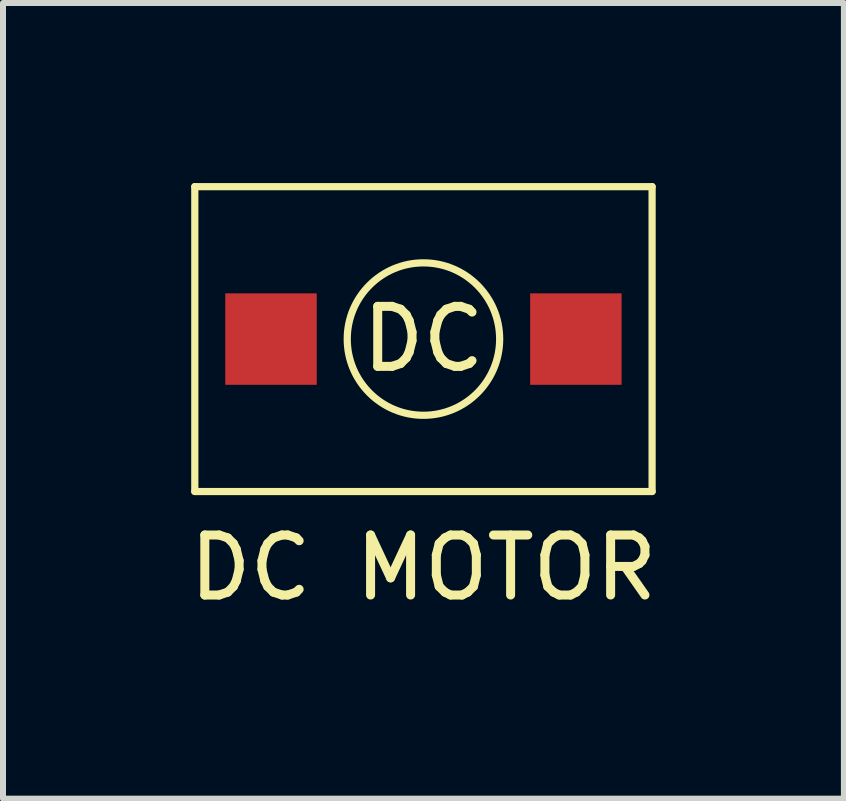
<source format=kicad_pcb>
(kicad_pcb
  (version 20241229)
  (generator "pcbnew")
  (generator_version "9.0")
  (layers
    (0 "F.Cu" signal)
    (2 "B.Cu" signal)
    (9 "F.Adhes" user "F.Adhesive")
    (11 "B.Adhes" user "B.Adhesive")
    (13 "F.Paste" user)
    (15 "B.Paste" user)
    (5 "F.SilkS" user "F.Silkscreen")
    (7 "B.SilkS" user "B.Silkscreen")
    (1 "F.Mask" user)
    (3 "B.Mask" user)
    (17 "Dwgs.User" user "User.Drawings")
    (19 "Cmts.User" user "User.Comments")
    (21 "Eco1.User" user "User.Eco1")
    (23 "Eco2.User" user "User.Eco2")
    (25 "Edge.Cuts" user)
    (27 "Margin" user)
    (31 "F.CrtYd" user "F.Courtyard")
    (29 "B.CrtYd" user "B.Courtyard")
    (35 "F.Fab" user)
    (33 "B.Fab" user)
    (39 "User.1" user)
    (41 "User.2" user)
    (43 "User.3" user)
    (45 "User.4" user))
  (footprint "DC MOTOR"
    (layer "F.Cu")
    (at 4.006 2.6)
    (property "Reference" "DC MOTOR" (at 0 3.81 0) (layer "F.SilkS") (effects (font (size 1 1) (thickness 0.15))))
    (attr through_hole)
    (fp_line (start -3.81 -2.54) (end 3.81 -2.54) (stroke (width 0.12) (type solid)) (layer "F.SilkS"))
    (fp_line (start -3.81 2.54) (end -3.81 -2.54) (stroke (width 0.12) (type solid)) (layer "F.SilkS"))
    (fp_line (start 3.81 -2.54) (end 3.81 2.54) (stroke (width 0.12) (type solid)) (layer "F.SilkS"))
    (fp_line (start 3.81 2.54) (end -3.81 2.54) (stroke (width 0.12) (type solid)) (layer "F.SilkS"))
    (fp_circle (center 0 0) (end 1.27 0) (stroke (width 0.12) (type solid)) (fill no) (layer "F.SilkS"))
    (fp_text user "DC" (at 0 0 0) (layer "F.SilkS") (effects (font (size 1 1) (thickness 0.15))))
    (pad "1" connect rect (at -2.54 0) (size 1.524 1.524) (layers "F.Cu" "F.Mask"))
    (pad "2" connect rect (at 2.54 0) (size 1.524 1.524) (layers "F.Cu" "F.Mask")))
  (gr_rect
    (start -3 -3)
    (end 11.012 10.258)
    (stroke (width 0.1) (type default))
    (fill no)
    (layer "Edge.Cuts")))
</source>
